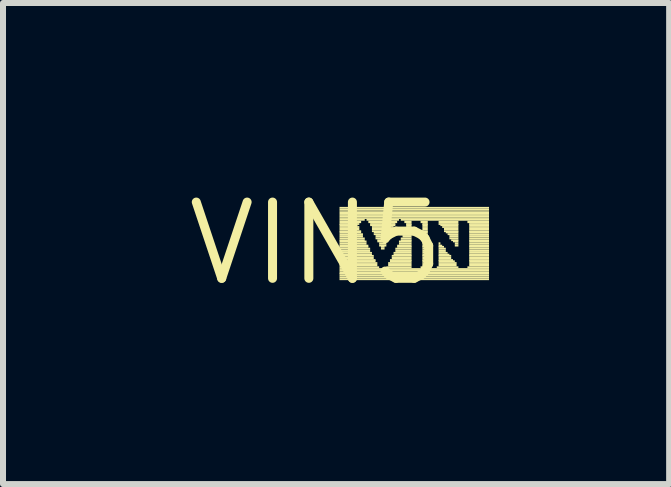
<source format=kicad_pcb>
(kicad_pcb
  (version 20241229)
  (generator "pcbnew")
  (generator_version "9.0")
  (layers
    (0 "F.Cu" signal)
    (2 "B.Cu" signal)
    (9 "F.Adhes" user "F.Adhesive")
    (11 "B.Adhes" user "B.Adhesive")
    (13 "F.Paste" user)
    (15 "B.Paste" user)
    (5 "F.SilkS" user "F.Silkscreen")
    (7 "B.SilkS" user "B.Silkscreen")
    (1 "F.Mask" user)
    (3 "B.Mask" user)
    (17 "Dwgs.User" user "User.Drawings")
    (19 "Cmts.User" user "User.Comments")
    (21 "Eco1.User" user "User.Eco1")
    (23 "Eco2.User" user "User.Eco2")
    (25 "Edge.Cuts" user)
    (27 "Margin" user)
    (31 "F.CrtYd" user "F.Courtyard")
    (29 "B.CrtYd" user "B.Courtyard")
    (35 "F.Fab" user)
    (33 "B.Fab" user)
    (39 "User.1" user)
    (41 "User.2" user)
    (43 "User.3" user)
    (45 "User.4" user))
  (footprint "VIN5"
    (layer "F.Cu")
    (at 2.215 1.006)
    (property "Reference" "VIN5" (at 0 0 0) (layer "F.SilkS") (effects (font (size 1.27 1.27) (thickness 0.15))))
    (fp_poly (pts (xy 0.39 -0.58) (xy 2.88 -0.58) (xy 2.88 -0.61) (xy 0.39 -0.61)) (stroke (width 0) (type solid)) (fill yes) (layer "F.SilkS"))
    (fp_poly (pts (xy 0.39 -0.55) (xy 2.88 -0.55) (xy 2.88 -0.58) (xy 0.39 -0.58)) (stroke (width 0) (type solid)) (fill yes) (layer "F.SilkS"))
    (fp_poly (pts (xy 0.39 -0.53) (xy 2.88 -0.53) (xy 2.88 -0.55) (xy 0.39 -0.55)) (stroke (width 0) (type solid)) (fill yes) (layer "F.SilkS"))
    (fp_poly (pts (xy 0.39 -0.49) (xy 2.88 -0.49) (xy 2.88 -0.53) (xy 0.39 -0.53)) (stroke (width 0) (type solid)) (fill yes) (layer "F.SilkS"))
    (fp_poly (pts (xy 0.39 -0.46) (xy 2.88 -0.46) (xy 2.88 -0.49) (xy 0.39 -0.49)) (stroke (width 0) (type solid)) (fill yes) (layer "F.SilkS"))
    (fp_poly (pts (xy 0.39 -0.43) (xy 2.88 -0.43) (xy 2.88 -0.46) (xy 0.39 -0.46)) (stroke (width 0) (type solid)) (fill yes) (layer "F.SilkS"))
    (fp_poly (pts (xy 0.39 -0.41) (xy 2.88 -0.41) (xy 2.88 -0.43) (xy 0.39 -0.43)) (stroke (width 0) (type solid)) (fill yes) (layer "F.SilkS"))
    (fp_poly (pts (xy 0.39 -0.38) (xy 0.81 -0.38) (xy 0.81 -0.41) (xy 0.39 -0.41)) (stroke (width 0) (type solid)) (fill yes) (layer "F.SilkS"))
    (fp_poly (pts (xy 0.39 -0.34) (xy 0.75 -0.34) (xy 0.75 -0.38) (xy 0.39 -0.38)) (stroke (width 0) (type solid)) (fill yes) (layer "F.SilkS"))
    (fp_poly (pts (xy 0.39 -0.31) (xy 0.72 -0.31) (xy 0.72 -0.34) (xy 0.39 -0.34)) (stroke (width 0) (type solid)) (fill yes) (layer "F.SilkS"))
    (fp_poly (pts (xy 0.39 -0.29) (xy 0.69 -0.29) (xy 0.69 -0.32) (xy 0.39 -0.32)) (stroke (width 0) (type solid)) (fill yes) (layer "F.SilkS"))
    (fp_poly (pts (xy 0.39 -0.26) (xy 0.72 -0.26) (xy 0.72 -0.29) (xy 0.39 -0.29)) (stroke (width 0) (type solid)) (fill yes) (layer "F.SilkS"))
    (fp_poly (pts (xy 0.39 -0.22) (xy 0.72 -0.22) (xy 0.72 -0.26) (xy 0.39 -0.26)) (stroke (width 0) (type solid)) (fill yes) (layer "F.SilkS"))
    (fp_poly (pts (xy 0.39 -0.19) (xy 0.75 -0.19) (xy 0.75 -0.22) (xy 0.39 -0.22)) (stroke (width 0) (type solid)) (fill yes) (layer "F.SilkS"))
    (fp_poly (pts (xy 0.39 -0.17) (xy 0.75 -0.17) (xy 0.75 -0.2) (xy 0.39 -0.2)) (stroke (width 0) (type solid)) (fill yes) (layer "F.SilkS"))
    (fp_poly (pts (xy 0.39 -0.14) (xy 0.78 -0.14) (xy 0.78 -0.17) (xy 0.39 -0.17)) (stroke (width 0) (type solid)) (fill yes) (layer "F.SilkS"))
    (fp_poly (pts (xy 0.39 -0.1) (xy 0.78 -0.1) (xy 0.78 -0.14) (xy 0.39 -0.14)) (stroke (width 0) (type solid)) (fill yes) (layer "F.SilkS"))
    (fp_poly (pts (xy 0.39 -0.07) (xy 0.81 -0.07) (xy 0.81 -0.1) (xy 0.39 -0.1)) (stroke (width 0) (type solid)) (fill yes) (layer "F.SilkS"))
    (fp_poly (pts (xy 0.39 -0.04) (xy 0.81 -0.04) (xy 0.81 -0.07) (xy 0.39 -0.07)) (stroke (width 0) (type solid)) (fill yes) (layer "F.SilkS"))
    (fp_poly (pts (xy 0.39 -0.02) (xy 0.84 -0.02) (xy 0.84 -0.05) (xy 0.39 -0.05)) (stroke (width 0) (type solid)) (fill yes) (layer "F.SilkS"))
    (fp_poly (pts (xy 0.39 0.02) (xy 0.84 0.02) (xy 0.84 -0.02) (xy 0.39 -0.02)) (stroke (width 0) (type solid)) (fill yes) (layer "F.SilkS"))
    (fp_poly (pts (xy 0.39 0.05) (xy 0.87 0.05) (xy 0.87 0.02) (xy 0.39 0.02)) (stroke (width 0) (type solid)) (fill yes) (layer "F.SilkS"))
    (fp_poly (pts (xy 0.39 0.07) (xy 0.87 0.07) (xy 0.87 0.04) (xy 0.39 0.04)) (stroke (width 0) (type solid)) (fill yes) (layer "F.SilkS"))
    (fp_poly (pts (xy 0.39 0.1) (xy 0.9 0.1) (xy 0.9 0.07) (xy 0.39 0.07)) (stroke (width 0) (type solid)) (fill yes) (layer "F.SilkS"))
    (fp_poly (pts (xy 0.39 0.14) (xy 0.9 0.14) (xy 0.9 0.1) (xy 0.39 0.1)) (stroke (width 0) (type solid)) (fill yes) (layer "F.SilkS"))
    (fp_poly (pts (xy 0.39 0.17) (xy 0.93 0.17) (xy 0.93 0.14) (xy 0.39 0.14)) (stroke (width 0) (type solid)) (fill yes) (layer "F.SilkS"))
    (fp_poly (pts (xy 0.39 0.2) (xy 0.93 0.2) (xy 0.93 0.17) (xy 0.39 0.17)) (stroke (width 0) (type solid)) (fill yes) (layer "F.SilkS"))
    (fp_poly (pts (xy 0.39 0.22) (xy 0.96 0.22) (xy 0.96 0.19) (xy 0.39 0.19)) (stroke (width 0) (type solid)) (fill yes) (layer "F.SilkS"))
    (fp_poly (pts (xy 0.39 0.26) (xy 0.96 0.26) (xy 0.96 0.22) (xy 0.39 0.22)) (stroke (width 0) (type solid)) (fill yes) (layer "F.SilkS"))
    (fp_poly (pts (xy 0.39 0.29) (xy 0.99 0.29) (xy 0.99 0.26) (xy 0.39 0.26)) (stroke (width 0) (type solid)) (fill yes) (layer "F.SilkS"))
    (fp_poly (pts (xy 0.39 0.31) (xy 0.99 0.31) (xy 0.99 0.28) (xy 0.39 0.28)) (stroke (width 0) (type solid)) (fill yes) (layer "F.SilkS"))
    (fp_poly (pts (xy 0.39 0.34) (xy 1.02 0.34) (xy 1.02 0.31) (xy 0.39 0.31)) (stroke (width 0) (type solid)) (fill yes) (layer "F.SilkS"))
    (fp_poly (pts (xy 0.39 0.38) (xy 1.02 0.38) (xy 1.02 0.34) (xy 0.39 0.34)) (stroke (width 0) (type solid)) (fill yes) (layer "F.SilkS"))
    (fp_poly (pts (xy 0.39 0.41) (xy 1.05 0.41) (xy 1.05 0.38) (xy 0.39 0.38)) (stroke (width 0) (type solid)) (fill yes) (layer "F.SilkS"))
    (fp_poly (pts (xy 0.39 0.44) (xy 2.88 0.44) (xy 2.88 0.41) (xy 0.39 0.41)) (stroke (width 0) (type solid)) (fill yes) (layer "F.SilkS"))
    (fp_poly (pts (xy 0.39 0.47) (xy 2.88 0.47) (xy 2.88 0.44) (xy 0.39 0.44)) (stroke (width 0) (type solid)) (fill yes) (layer "F.SilkS"))
    (fp_poly (pts (xy 0.39 0.5) (xy 2.88 0.5) (xy 2.88 0.47) (xy 0.39 0.47)) (stroke (width 0) (type solid)) (fill yes) (layer "F.SilkS"))
    (fp_poly (pts (xy 0.39 0.52) (xy 2.88 0.52) (xy 2.88 0.49) (xy 0.39 0.49)) (stroke (width 0) (type solid)) (fill yes) (layer "F.SilkS"))
    (fp_poly (pts (xy 0.39 0.55) (xy 2.88 0.55) (xy 2.88 0.52) (xy 0.39 0.52)) (stroke (width 0) (type solid)) (fill yes) (layer "F.SilkS"))
    (fp_poly (pts (xy 0.39 0.58) (xy 2.88 0.58) (xy 2.88 0.55) (xy 0.39 0.55)) (stroke (width 0) (type solid)) (fill yes) (layer "F.SilkS"))
    (fp_poly (pts (xy 0.39 0.61) (xy 2.88 0.61) (xy 2.88 0.58) (xy 0.39 0.58)) (stroke (width 0) (type solid)) (fill yes) (layer "F.SilkS"))
    (fp_poly (pts (xy 0.84 -0.38) (xy 1.38 -0.38) (xy 1.38 -0.41) (xy 0.84 -0.41)) (stroke (width 0) (type solid)) (fill yes) (layer "F.SilkS"))
    (fp_poly (pts (xy 0.87 -0.34) (xy 1.35 -0.34) (xy 1.35 -0.38) (xy 0.87 -0.38)) (stroke (width 0) (type solid)) (fill yes) (layer "F.SilkS"))
    (fp_poly (pts (xy 0.9 -0.31) (xy 1.32 -0.31) (xy 1.32 -0.34) (xy 0.9 -0.34)) (stroke (width 0) (type solid)) (fill yes) (layer "F.SilkS"))
    (fp_poly (pts (xy 0.9 -0.29) (xy 1.32 -0.29) (xy 1.32 -0.32) (xy 0.9 -0.32)) (stroke (width 0) (type solid)) (fill yes) (layer "F.SilkS"))
    (fp_poly (pts (xy 0.93 -0.26) (xy 1.29 -0.26) (xy 1.29 -0.29) (xy 0.93 -0.29)) (stroke (width 0) (type solid)) (fill yes) (layer "F.SilkS"))
    (fp_poly (pts (xy 0.93 -0.22) (xy 1.29 -0.22) (xy 1.29 -0.26) (xy 0.93 -0.26)) (stroke (width 0) (type solid)) (fill yes) (layer "F.SilkS"))
    (fp_poly (pts (xy 0.93 -0.19) (xy 1.26 -0.19) (xy 1.26 -0.22) (xy 0.93 -0.22)) (stroke (width 0) (type solid)) (fill yes) (layer "F.SilkS"))
    (fp_poly (pts (xy 0.96 -0.17) (xy 1.26 -0.17) (xy 1.26 -0.2) (xy 0.96 -0.2)) (stroke (width 0) (type solid)) (fill yes) (layer "F.SilkS"))
    (fp_poly (pts (xy 0.96 -0.14) (xy 1.23 -0.14) (xy 1.23 -0.17) (xy 0.96 -0.17)) (stroke (width 0) (type solid)) (fill yes) (layer "F.SilkS"))
    (fp_poly (pts (xy 0.99 -0.1) (xy 1.23 -0.1) (xy 1.23 -0.14) (xy 0.99 -0.14)) (stroke (width 0) (type solid)) (fill yes) (layer "F.SilkS"))
    (fp_poly (pts (xy 0.99 -0.07) (xy 1.23 -0.07) (xy 1.23 -0.1) (xy 0.99 -0.1)) (stroke (width 0) (type solid)) (fill yes) (layer "F.SilkS"))
    (fp_poly (pts (xy 1.02 -0.04) (xy 1.2 -0.04) (xy 1.2 -0.07) (xy 1.02 -0.07)) (stroke (width 0) (type solid)) (fill yes) (layer "F.SilkS"))
    (fp_poly (pts (xy 1.02 -0.02) (xy 1.2 -0.02) (xy 1.2 -0.05) (xy 1.02 -0.05)) (stroke (width 0) (type solid)) (fill yes) (layer "F.SilkS"))
    (fp_poly (pts (xy 1.05 0.02) (xy 1.17 0.02) (xy 1.17 -0.02) (xy 1.05 -0.02)) (stroke (width 0) (type solid)) (fill yes) (layer "F.SilkS"))
    (fp_poly (pts (xy 1.05 0.05) (xy 1.17 0.05) (xy 1.17 0.02) (xy 1.05 0.02)) (stroke (width 0) (type solid)) (fill yes) (layer "F.SilkS"))
    (fp_poly (pts (xy 1.08 0.07) (xy 1.14 0.07) (xy 1.14 0.04) (xy 1.08 0.04)) (stroke (width 0) (type solid)) (fill yes) (layer "F.SilkS"))
    (fp_poly (pts (xy 1.08 0.1) (xy 1.14 0.1) (xy 1.14 0.07) (xy 1.08 0.07)) (stroke (width 0) (type solid)) (fill yes) (layer "F.SilkS"))
    (fp_poly (pts (xy 1.17 0.41) (xy 1.59 0.41) (xy 1.59 0.38) (xy 1.17 0.38)) (stroke (width 0) (type solid)) (fill yes) (layer "F.SilkS"))
    (fp_poly (pts (xy 1.2 0.34) (xy 1.59 0.34) (xy 1.59 0.31) (xy 1.2 0.31)) (stroke (width 0) (type solid)) (fill yes) (layer "F.SilkS"))
    (fp_poly (pts (xy 1.2 0.38) (xy 1.59 0.38) (xy 1.59 0.34) (xy 1.2 0.34)) (stroke (width 0) (type solid)) (fill yes) (layer "F.SilkS"))
    (fp_poly (pts (xy 1.23 0.29) (xy 1.59 0.29) (xy 1.59 0.26) (xy 1.23 0.26)) (stroke (width 0) (type solid)) (fill yes) (layer "F.SilkS"))
    (fp_poly (pts (xy 1.23 0.31) (xy 1.59 0.31) (xy 1.59 0.28) (xy 1.23 0.28)) (stroke (width 0) (type solid)) (fill yes) (layer "F.SilkS"))
    (fp_poly (pts (xy 1.26 0.22) (xy 1.59 0.22) (xy 1.59 0.19) (xy 1.26 0.19)) (stroke (width 0) (type solid)) (fill yes) (layer "F.SilkS"))
    (fp_poly (pts (xy 1.26 0.26) (xy 1.59 0.26) (xy 1.59 0.22) (xy 1.26 0.22)) (stroke (width 0) (type solid)) (fill yes) (layer "F.SilkS"))
    (fp_poly (pts (xy 1.29 0.17) (xy 1.59 0.17) (xy 1.59 0.14) (xy 1.29 0.14)) (stroke (width 0) (type solid)) (fill yes) (layer "F.SilkS"))
    (fp_poly (pts (xy 1.29 0.2) (xy 1.59 0.2) (xy 1.59 0.17) (xy 1.29 0.17)) (stroke (width 0) (type solid)) (fill yes) (layer "F.SilkS"))
    (fp_poly (pts (xy 1.32 0.1) (xy 1.59 0.1) (xy 1.59 0.07) (xy 1.32 0.07)) (stroke (width 0) (type solid)) (fill yes) (layer "F.SilkS"))
    (fp_poly (pts (xy 1.32 0.14) (xy 1.59 0.14) (xy 1.59 0.1) (xy 1.32 0.1)) (stroke (width 0) (type solid)) (fill yes) (layer "F.SilkS"))
    (fp_poly (pts (xy 1.35 0.05) (xy 1.59 0.05) (xy 1.59 0.02) (xy 1.35 0.02)) (stroke (width 0) (type solid)) (fill yes) (layer "F.SilkS"))
    (fp_poly (pts (xy 1.35 0.07) (xy 1.59 0.07) (xy 1.59 0.04) (xy 1.35 0.04)) (stroke (width 0) (type solid)) (fill yes) (layer "F.SilkS"))
    (fp_poly (pts (xy 1.38 -0.02) (xy 1.59 -0.02) (xy 1.59 -0.05) (xy 1.38 -0.05)) (stroke (width 0) (type solid)) (fill yes) (layer "F.SilkS"))
    (fp_poly (pts (xy 1.38 0.02) (xy 1.59 0.02) (xy 1.59 -0.02) (xy 1.38 -0.02)) (stroke (width 0) (type solid)) (fill yes) (layer "F.SilkS"))
    (fp_poly (pts (xy 1.41 -0.38) (xy 2.88 -0.38) (xy 2.88 -0.41) (xy 1.41 -0.41)) (stroke (width 0) (type solid)) (fill yes) (layer "F.SilkS"))
    (fp_poly (pts (xy 1.41 -0.07) (xy 1.59 -0.07) (xy 1.59 -0.1) (xy 1.41 -0.1)) (stroke (width 0) (type solid)) (fill yes) (layer "F.SilkS"))
    (fp_poly (pts (xy 1.41 -0.04) (xy 1.59 -0.04) (xy 1.59 -0.07) (xy 1.41 -0.07)) (stroke (width 0) (type solid)) (fill yes) (layer "F.SilkS"))
    (fp_poly (pts (xy 1.44 -0.14) (xy 1.59 -0.14) (xy 1.59 -0.17) (xy 1.44 -0.17)) (stroke (width 0) (type solid)) (fill yes) (layer "F.SilkS"))
    (fp_poly (pts (xy 1.44 -0.1) (xy 1.59 -0.1) (xy 1.59 -0.14) (xy 1.44 -0.14)) (stroke (width 0) (type solid)) (fill yes) (layer "F.SilkS"))
    (fp_poly (pts (xy 1.47 -0.34) (xy 1.59 -0.34) (xy 1.59 -0.38) (xy 1.47 -0.38)) (stroke (width 0) (type solid)) (fill yes) (layer "F.SilkS"))
    (fp_poly (pts (xy 1.47 -0.19) (xy 1.59 -0.19) (xy 1.59 -0.22) (xy 1.47 -0.22)) (stroke (width 0) (type solid)) (fill yes) (layer "F.SilkS"))
    (fp_poly (pts (xy 1.47 -0.17) (xy 1.59 -0.17) (xy 1.59 -0.2) (xy 1.47 -0.2)) (stroke (width 0) (type solid)) (fill yes) (layer "F.SilkS"))
    (fp_poly (pts (xy 1.5 -0.31) (xy 1.59 -0.31) (xy 1.59 -0.34) (xy 1.5 -0.34)) (stroke (width 0) (type solid)) (fill yes) (layer "F.SilkS"))
    (fp_poly (pts (xy 1.5 -0.29) (xy 1.59 -0.29) (xy 1.59 -0.32) (xy 1.5 -0.32)) (stroke (width 0) (type solid)) (fill yes) (layer "F.SilkS"))
    (fp_poly (pts (xy 1.5 -0.26) (xy 1.59 -0.26) (xy 1.59 -0.29) (xy 1.5 -0.29)) (stroke (width 0) (type solid)) (fill yes) (layer "F.SilkS"))
    (fp_poly (pts (xy 1.5 -0.22) (xy 1.59 -0.22) (xy 1.59 -0.26) (xy 1.5 -0.26)) (stroke (width 0) (type solid)) (fill yes) (layer "F.SilkS"))
    (fp_poly (pts (xy 1.74 -0.34) (xy 1.86 -0.34) (xy 1.86 -0.38) (xy 1.74 -0.38)) (stroke (width 0) (type solid)) (fill yes) (layer "F.SilkS"))
    (fp_poly (pts (xy 1.74 0.41) (xy 1.89 0.41) (xy 1.89 0.38) (xy 1.74 0.38)) (stroke (width 0) (type solid)) (fill yes) (layer "F.SilkS"))
    (fp_poly (pts (xy 1.77 -0.31) (xy 1.86 -0.31) (xy 1.86 -0.34) (xy 1.77 -0.34)) (stroke (width 0) (type solid)) (fill yes) (layer "F.SilkS"))
    (fp_poly (pts (xy 1.77 -0.29) (xy 1.86 -0.29) (xy 1.86 -0.32) (xy 1.77 -0.32)) (stroke (width 0) (type solid)) (fill yes) (layer "F.SilkS"))
    (fp_poly (pts (xy 1.77 -0.26) (xy 1.86 -0.26) (xy 1.86 -0.29) (xy 1.77 -0.29)) (stroke (width 0) (type solid)) (fill yes) (layer "F.SilkS"))
    (fp_poly (pts (xy 1.77 -0.22) (xy 1.86 -0.22) (xy 1.86 -0.26) (xy 1.77 -0.26)) (stroke (width 0) (type solid)) (fill yes) (layer "F.SilkS"))
    (fp_poly (pts (xy 1.77 -0.19) (xy 1.86 -0.19) (xy 1.86 -0.22) (xy 1.77 -0.22)) (stroke (width 0) (type solid)) (fill yes) (layer "F.SilkS"))
    (fp_poly (pts (xy 1.77 -0.17) (xy 1.86 -0.17) (xy 1.86 -0.2) (xy 1.77 -0.2)) (stroke (width 0) (type solid)) (fill yes) (layer "F.SilkS"))
    (fp_poly (pts (xy 1.77 -0.14) (xy 1.86 -0.14) (xy 1.86 -0.17) (xy 1.77 -0.17)) (stroke (width 0) (type solid)) (fill yes) (layer "F.SilkS"))
    (fp_poly (pts (xy 1.77 -0.1) (xy 1.86 -0.1) (xy 1.86 -0.14) (xy 1.77 -0.14)) (stroke (width 0) (type solid)) (fill yes) (layer "F.SilkS"))
    (fp_poly (pts (xy 1.77 -0.07) (xy 1.86 -0.07) (xy 1.86 -0.1) (xy 1.77 -0.1)) (stroke (width 0) (type solid)) (fill yes) (layer "F.SilkS"))
    (fp_poly (pts (xy 1.77 -0.04) (xy 1.86 -0.04) (xy 1.86 -0.07) (xy 1.77 -0.07)) (stroke (width 0) (type solid)) (fill yes) (layer "F.SilkS"))
    (fp_poly (pts (xy 1.77 -0.02) (xy 1.86 -0.02) (xy 1.86 -0.05) (xy 1.77 -0.05)) (stroke (width 0) (type solid)) (fill yes) (layer "F.SilkS"))
    (fp_poly (pts (xy 1.77 0.02) (xy 1.86 0.02) (xy 1.86 -0.02) (xy 1.77 -0.02)) (stroke (width 0) (type solid)) (fill yes) (layer "F.SilkS"))
    (fp_poly (pts (xy 1.77 0.05) (xy 1.86 0.05) (xy 1.86 0.02) (xy 1.77 0.02)) (stroke (width 0) (type solid)) (fill yes) (layer "F.SilkS"))
    (fp_poly (pts (xy 1.77 0.07) (xy 1.86 0.07) (xy 1.86 0.04) (xy 1.77 0.04)) (stroke (width 0) (type solid)) (fill yes) (layer "F.SilkS"))
    (fp_poly (pts (xy 1.77 0.1) (xy 1.86 0.1) (xy 1.86 0.07) (xy 1.77 0.07)) (stroke (width 0) (type solid)) (fill yes) (layer "F.SilkS"))
    (fp_poly (pts (xy 1.77 0.14) (xy 1.86 0.14) (xy 1.86 0.1) (xy 1.77 0.1)) (stroke (width 0) (type solid)) (fill yes) (layer "F.SilkS"))
    (fp_poly (pts (xy 1.77 0.17) (xy 1.86 0.17) (xy 1.86 0.14) (xy 1.77 0.14)) (stroke (width 0) (type solid)) (fill yes) (layer "F.SilkS"))
    (fp_poly (pts (xy 1.77 0.2) (xy 1.86 0.2) (xy 1.86 0.17) (xy 1.77 0.17)) (stroke (width 0) (type solid)) (fill yes) (layer "F.SilkS"))
    (fp_poly (pts (xy 1.77 0.22) (xy 1.86 0.22) (xy 1.86 0.19) (xy 1.77 0.19)) (stroke (width 0) (type solid)) (fill yes) (layer "F.SilkS"))
    (fp_poly (pts (xy 1.77 0.26) (xy 1.86 0.26) (xy 1.86 0.22) (xy 1.77 0.22)) (stroke (width 0) (type solid)) (fill yes) (layer "F.SilkS"))
    (fp_poly (pts (xy 1.77 0.29) (xy 1.86 0.29) (xy 1.86 0.26) (xy 1.77 0.26)) (stroke (width 0) (type solid)) (fill yes) (layer "F.SilkS"))
    (fp_poly (pts (xy 1.77 0.31) (xy 1.86 0.31) (xy 1.86 0.28) (xy 1.77 0.28)) (stroke (width 0) (type solid)) (fill yes) (layer "F.SilkS"))
    (fp_poly (pts (xy 1.77 0.34) (xy 1.86 0.34) (xy 1.86 0.31) (xy 1.77 0.31)) (stroke (width 0) (type solid)) (fill yes) (layer "F.SilkS"))
    (fp_poly (pts (xy 1.77 0.38) (xy 1.86 0.38) (xy 1.86 0.34) (xy 1.77 0.34)) (stroke (width 0) (type solid)) (fill yes) (layer "F.SilkS"))
    (fp_poly (pts (xy 2.01 0.41) (xy 2.37 0.41) (xy 2.37 0.38) (xy 2.01 0.38)) (stroke (width 0) (type solid)) (fill yes) (layer "F.SilkS"))
    (fp_poly (pts (xy 2.04 -0.34) (xy 2.37 -0.34) (xy 2.37 -0.38) (xy 2.04 -0.38)) (stroke (width 0) (type solid)) (fill yes) (layer "F.SilkS"))
    (fp_poly (pts (xy 2.04 -0.31) (xy 2.37 -0.31) (xy 2.37 -0.34) (xy 2.04 -0.34)) (stroke (width 0) (type solid)) (fill yes) (layer "F.SilkS"))
    (fp_poly (pts (xy 2.04 0.02) (xy 2.07 0.02) (xy 2.07 -0.02) (xy 2.04 -0.02)) (stroke (width 0) (type solid)) (fill yes) (layer "F.SilkS"))
    (fp_poly (pts (xy 2.04 0.05) (xy 2.1 0.05) (xy 2.1 0.02) (xy 2.04 0.02)) (stroke (width 0) (type solid)) (fill yes) (layer "F.SilkS"))
    (fp_poly (pts (xy 2.04 0.07) (xy 2.13 0.07) (xy 2.13 0.04) (xy 2.04 0.04)) (stroke (width 0) (type solid)) (fill yes) (layer "F.SilkS"))
    (fp_poly (pts (xy 2.04 0.1) (xy 2.16 0.1) (xy 2.16 0.07) (xy 2.04 0.07)) (stroke (width 0) (type solid)) (fill yes) (layer "F.SilkS"))
    (fp_poly (pts (xy 2.04 0.14) (xy 2.16 0.14) (xy 2.16 0.1) (xy 2.04 0.1)) (stroke (width 0) (type solid)) (fill yes) (layer "F.SilkS"))
    (fp_poly (pts (xy 2.04 0.17) (xy 2.19 0.17) (xy 2.19 0.14) (xy 2.04 0.14)) (stroke (width 0) (type solid)) (fill yes) (layer "F.SilkS"))
    (fp_poly (pts (xy 2.04 0.2) (xy 2.22 0.2) (xy 2.22 0.17) (xy 2.04 0.17)) (stroke (width 0) (type solid)) (fill yes) (layer "F.SilkS"))
    (fp_poly (pts (xy 2.04 0.22) (xy 2.25 0.22) (xy 2.25 0.19) (xy 2.04 0.19)) (stroke (width 0) (type solid)) (fill yes) (layer "F.SilkS"))
    (fp_poly (pts (xy 2.04 0.26) (xy 2.25 0.26) (xy 2.25 0.22) (xy 2.04 0.22)) (stroke (width 0) (type solid)) (fill yes) (layer "F.SilkS"))
    (fp_poly (pts (xy 2.04 0.29) (xy 2.28 0.29) (xy 2.28 0.26) (xy 2.04 0.26)) (stroke (width 0) (type solid)) (fill yes) (layer "F.SilkS"))
    (fp_poly (pts (xy 2.04 0.31) (xy 2.31 0.31) (xy 2.31 0.28) (xy 2.04 0.28)) (stroke (width 0) (type solid)) (fill yes) (layer "F.SilkS"))
    (fp_poly (pts (xy 2.04 0.34) (xy 2.34 0.34) (xy 2.34 0.31) (xy 2.04 0.31)) (stroke (width 0) (type solid)) (fill yes) (layer "F.SilkS"))
    (fp_poly (pts (xy 2.04 0.38) (xy 2.34 0.38) (xy 2.34 0.34) (xy 2.04 0.34)) (stroke (width 0) (type solid)) (fill yes) (layer "F.SilkS"))
    (fp_poly (pts (xy 2.07 -0.29) (xy 2.37 -0.29) (xy 2.37 -0.32) (xy 2.07 -0.32)) (stroke (width 0) (type solid)) (fill yes) (layer "F.SilkS"))
    (fp_poly (pts (xy 2.1 -0.26) (xy 2.37 -0.26) (xy 2.37 -0.29) (xy 2.1 -0.29)) (stroke (width 0) (type solid)) (fill yes) (layer "F.SilkS"))
    (fp_poly (pts (xy 2.13 -0.22) (xy 2.37 -0.22) (xy 2.37 -0.26) (xy 2.13 -0.26)) (stroke (width 0) (type solid)) (fill yes) (layer "F.SilkS"))
    (fp_poly (pts (xy 2.13 -0.19) (xy 2.37 -0.19) (xy 2.37 -0.22) (xy 2.13 -0.22)) (stroke (width 0) (type solid)) (fill yes) (layer "F.SilkS"))
    (fp_poly (pts (xy 2.16 -0.17) (xy 2.37 -0.17) (xy 2.37 -0.2) (xy 2.16 -0.2)) (stroke (width 0) (type solid)) (fill yes) (layer "F.SilkS"))
    (fp_poly (pts (xy 2.19 -0.14) (xy 2.37 -0.14) (xy 2.37 -0.17) (xy 2.19 -0.17)) (stroke (width 0) (type solid)) (fill yes) (layer "F.SilkS"))
    (fp_poly (pts (xy 2.22 -0.1) (xy 2.37 -0.1) (xy 2.37 -0.14) (xy 2.22 -0.14)) (stroke (width 0) (type solid)) (fill yes) (layer "F.SilkS"))
    (fp_poly (pts (xy 2.22 -0.07) (xy 2.37 -0.07) (xy 2.37 -0.1) (xy 2.22 -0.1)) (stroke (width 0) (type solid)) (fill yes) (layer "F.SilkS"))
    (fp_poly (pts (xy 2.25 -0.04) (xy 2.37 -0.04) (xy 2.37 -0.07) (xy 2.25 -0.07)) (stroke (width 0) (type solid)) (fill yes) (layer "F.SilkS"))
    (fp_poly (pts (xy 2.28 -0.02) (xy 2.37 -0.02) (xy 2.37 -0.05) (xy 2.28 -0.05)) (stroke (width 0) (type solid)) (fill yes) (layer "F.SilkS"))
    (fp_poly (pts (xy 2.31 0.02) (xy 2.37 0.02) (xy 2.37 -0.02) (xy 2.31 -0.02)) (stroke (width 0) (type solid)) (fill yes) (layer "F.SilkS"))
    (fp_poly (pts (xy 2.31 0.05) (xy 2.37 0.05) (xy 2.37 0.02) (xy 2.31 0.02)) (stroke (width 0) (type solid)) (fill yes) (layer "F.SilkS"))
    (fp_poly (pts (xy 2.52 -0.34) (xy 2.88 -0.34) (xy 2.88 -0.38) (xy 2.52 -0.38)) (stroke (width 0) (type solid)) (fill yes) (layer "F.SilkS"))
    (fp_poly (pts (xy 2.52 0.41) (xy 2.88 0.41) (xy 2.88 0.38) (xy 2.52 0.38)) (stroke (width 0) (type solid)) (fill yes) (layer "F.SilkS"))
    (fp_poly (pts (xy 2.55 -0.31) (xy 2.88 -0.31) (xy 2.88 -0.34) (xy 2.55 -0.34)) (stroke (width 0) (type solid)) (fill yes) (layer "F.SilkS"))
    (fp_poly (pts (xy 2.55 -0.29) (xy 2.88 -0.29) (xy 2.88 -0.32) (xy 2.55 -0.32)) (stroke (width 0) (type solid)) (fill yes) (layer "F.SilkS"))
    (fp_poly (pts (xy 2.55 -0.26) (xy 2.88 -0.26) (xy 2.88 -0.29) (xy 2.55 -0.29)) (stroke (width 0) (type solid)) (fill yes) (layer "F.SilkS"))
    (fp_poly (pts (xy 2.55 -0.22) (xy 2.88 -0.22) (xy 2.88 -0.26) (xy 2.55 -0.26)) (stroke (width 0) (type solid)) (fill yes) (layer "F.SilkS"))
    (fp_poly (pts (xy 2.55 -0.19) (xy 2.88 -0.19) (xy 2.88 -0.22) (xy 2.55 -0.22)) (stroke (width 0) (type solid)) (fill yes) (layer "F.SilkS"))
    (fp_poly (pts (xy 2.55 -0.17) (xy 2.88 -0.17) (xy 2.88 -0.2) (xy 2.55 -0.2)) (stroke (width 0) (type solid)) (fill yes) (layer "F.SilkS"))
    (fp_poly (pts (xy 2.55 -0.14) (xy 2.88 -0.14) (xy 2.88 -0.17) (xy 2.55 -0.17)) (stroke (width 0) (type solid)) (fill yes) (layer "F.SilkS"))
    (fp_poly (pts (xy 2.55 -0.1) (xy 2.88 -0.1) (xy 2.88 -0.14) (xy 2.55 -0.14)) (stroke (width 0) (type solid)) (fill yes) (layer "F.SilkS"))
    (fp_poly (pts (xy 2.55 -0.07) (xy 2.88 -0.07) (xy 2.88 -0.1) (xy 2.55 -0.1)) (stroke (width 0) (type solid)) (fill yes) (layer "F.SilkS"))
    (fp_poly (pts (xy 2.55 -0.04) (xy 2.88 -0.04) (xy 2.88 -0.07) (xy 2.55 -0.07)) (stroke (width 0) (type solid)) (fill yes) (layer "F.SilkS"))
    (fp_poly (pts (xy 2.55 -0.02) (xy 2.88 -0.02) (xy 2.88 -0.05) (xy 2.55 -0.05)) (stroke (width 0) (type solid)) (fill yes) (layer "F.SilkS"))
    (fp_poly (pts (xy 2.55 0.02) (xy 2.88 0.02) (xy 2.88 -0.02) (xy 2.55 -0.02)) (stroke (width 0) (type solid)) (fill yes) (layer "F.SilkS"))
    (fp_poly (pts (xy 2.55 0.05) (xy 2.88 0.05) (xy 2.88 0.02) (xy 2.55 0.02)) (stroke (width 0) (type solid)) (fill yes) (layer "F.SilkS"))
    (fp_poly (pts (xy 2.55 0.07) (xy 2.88 0.07) (xy 2.88 0.04) (xy 2.55 0.04)) (stroke (width 0) (type solid)) (fill yes) (layer "F.SilkS"))
    (fp_poly (pts (xy 2.55 0.1) (xy 2.88 0.1) (xy 2.88 0.07) (xy 2.55 0.07)) (stroke (width 0) (type solid)) (fill yes) (layer "F.SilkS"))
    (fp_poly (pts (xy 2.55 0.14) (xy 2.88 0.14) (xy 2.88 0.1) (xy 2.55 0.1)) (stroke (width 0) (type solid)) (fill yes) (layer "F.SilkS"))
    (fp_poly (pts (xy 2.55 0.17) (xy 2.88 0.17) (xy 2.88 0.14) (xy 2.55 0.14)) (stroke (width 0) (type solid)) (fill yes) (layer "F.SilkS"))
    (fp_poly (pts (xy 2.55 0.2) (xy 2.88 0.2) (xy 2.88 0.17) (xy 2.55 0.17)) (stroke (width 0) (type solid)) (fill yes) (layer "F.SilkS"))
    (fp_poly (pts (xy 2.55 0.22) (xy 2.88 0.22) (xy 2.88 0.19) (xy 2.55 0.19)) (stroke (width 0) (type solid)) (fill yes) (layer "F.SilkS"))
    (fp_poly (pts (xy 2.55 0.26) (xy 2.88 0.26) (xy 2.88 0.22) (xy 2.55 0.22)) (stroke (width 0) (type solid)) (fill yes) (layer "F.SilkS"))
    (fp_poly (pts (xy 2.55 0.29) (xy 2.88 0.29) (xy 2.88 0.26) (xy 2.55 0.26)) (stroke (width 0) (type solid)) (fill yes) (layer "F.SilkS"))
    (fp_poly (pts (xy 2.55 0.31) (xy 2.88 0.31) (xy 2.88 0.28) (xy 2.55 0.28)) (stroke (width 0) (type solid)) (fill yes) (layer "F.SilkS"))
    (fp_poly (pts (xy 2.55 0.34) (xy 2.88 0.34) (xy 2.88 0.31) (xy 2.55 0.31)) (stroke (width 0) (type solid)) (fill yes) (layer "F.SilkS"))
    (fp_poly (pts (xy 2.55 0.38) (xy 2.88 0.38) (xy 2.88 0.34) (xy 2.55 0.34)) (stroke (width 0) (type solid)) (fill yes) (layer "F.SilkS")))
  (gr_rect
    (start -3 -3)
    (end 8.095 5.012)
    (stroke (width 0.1) (type default))
    (fill no)
    (layer "Edge.Cuts")))
</source>
